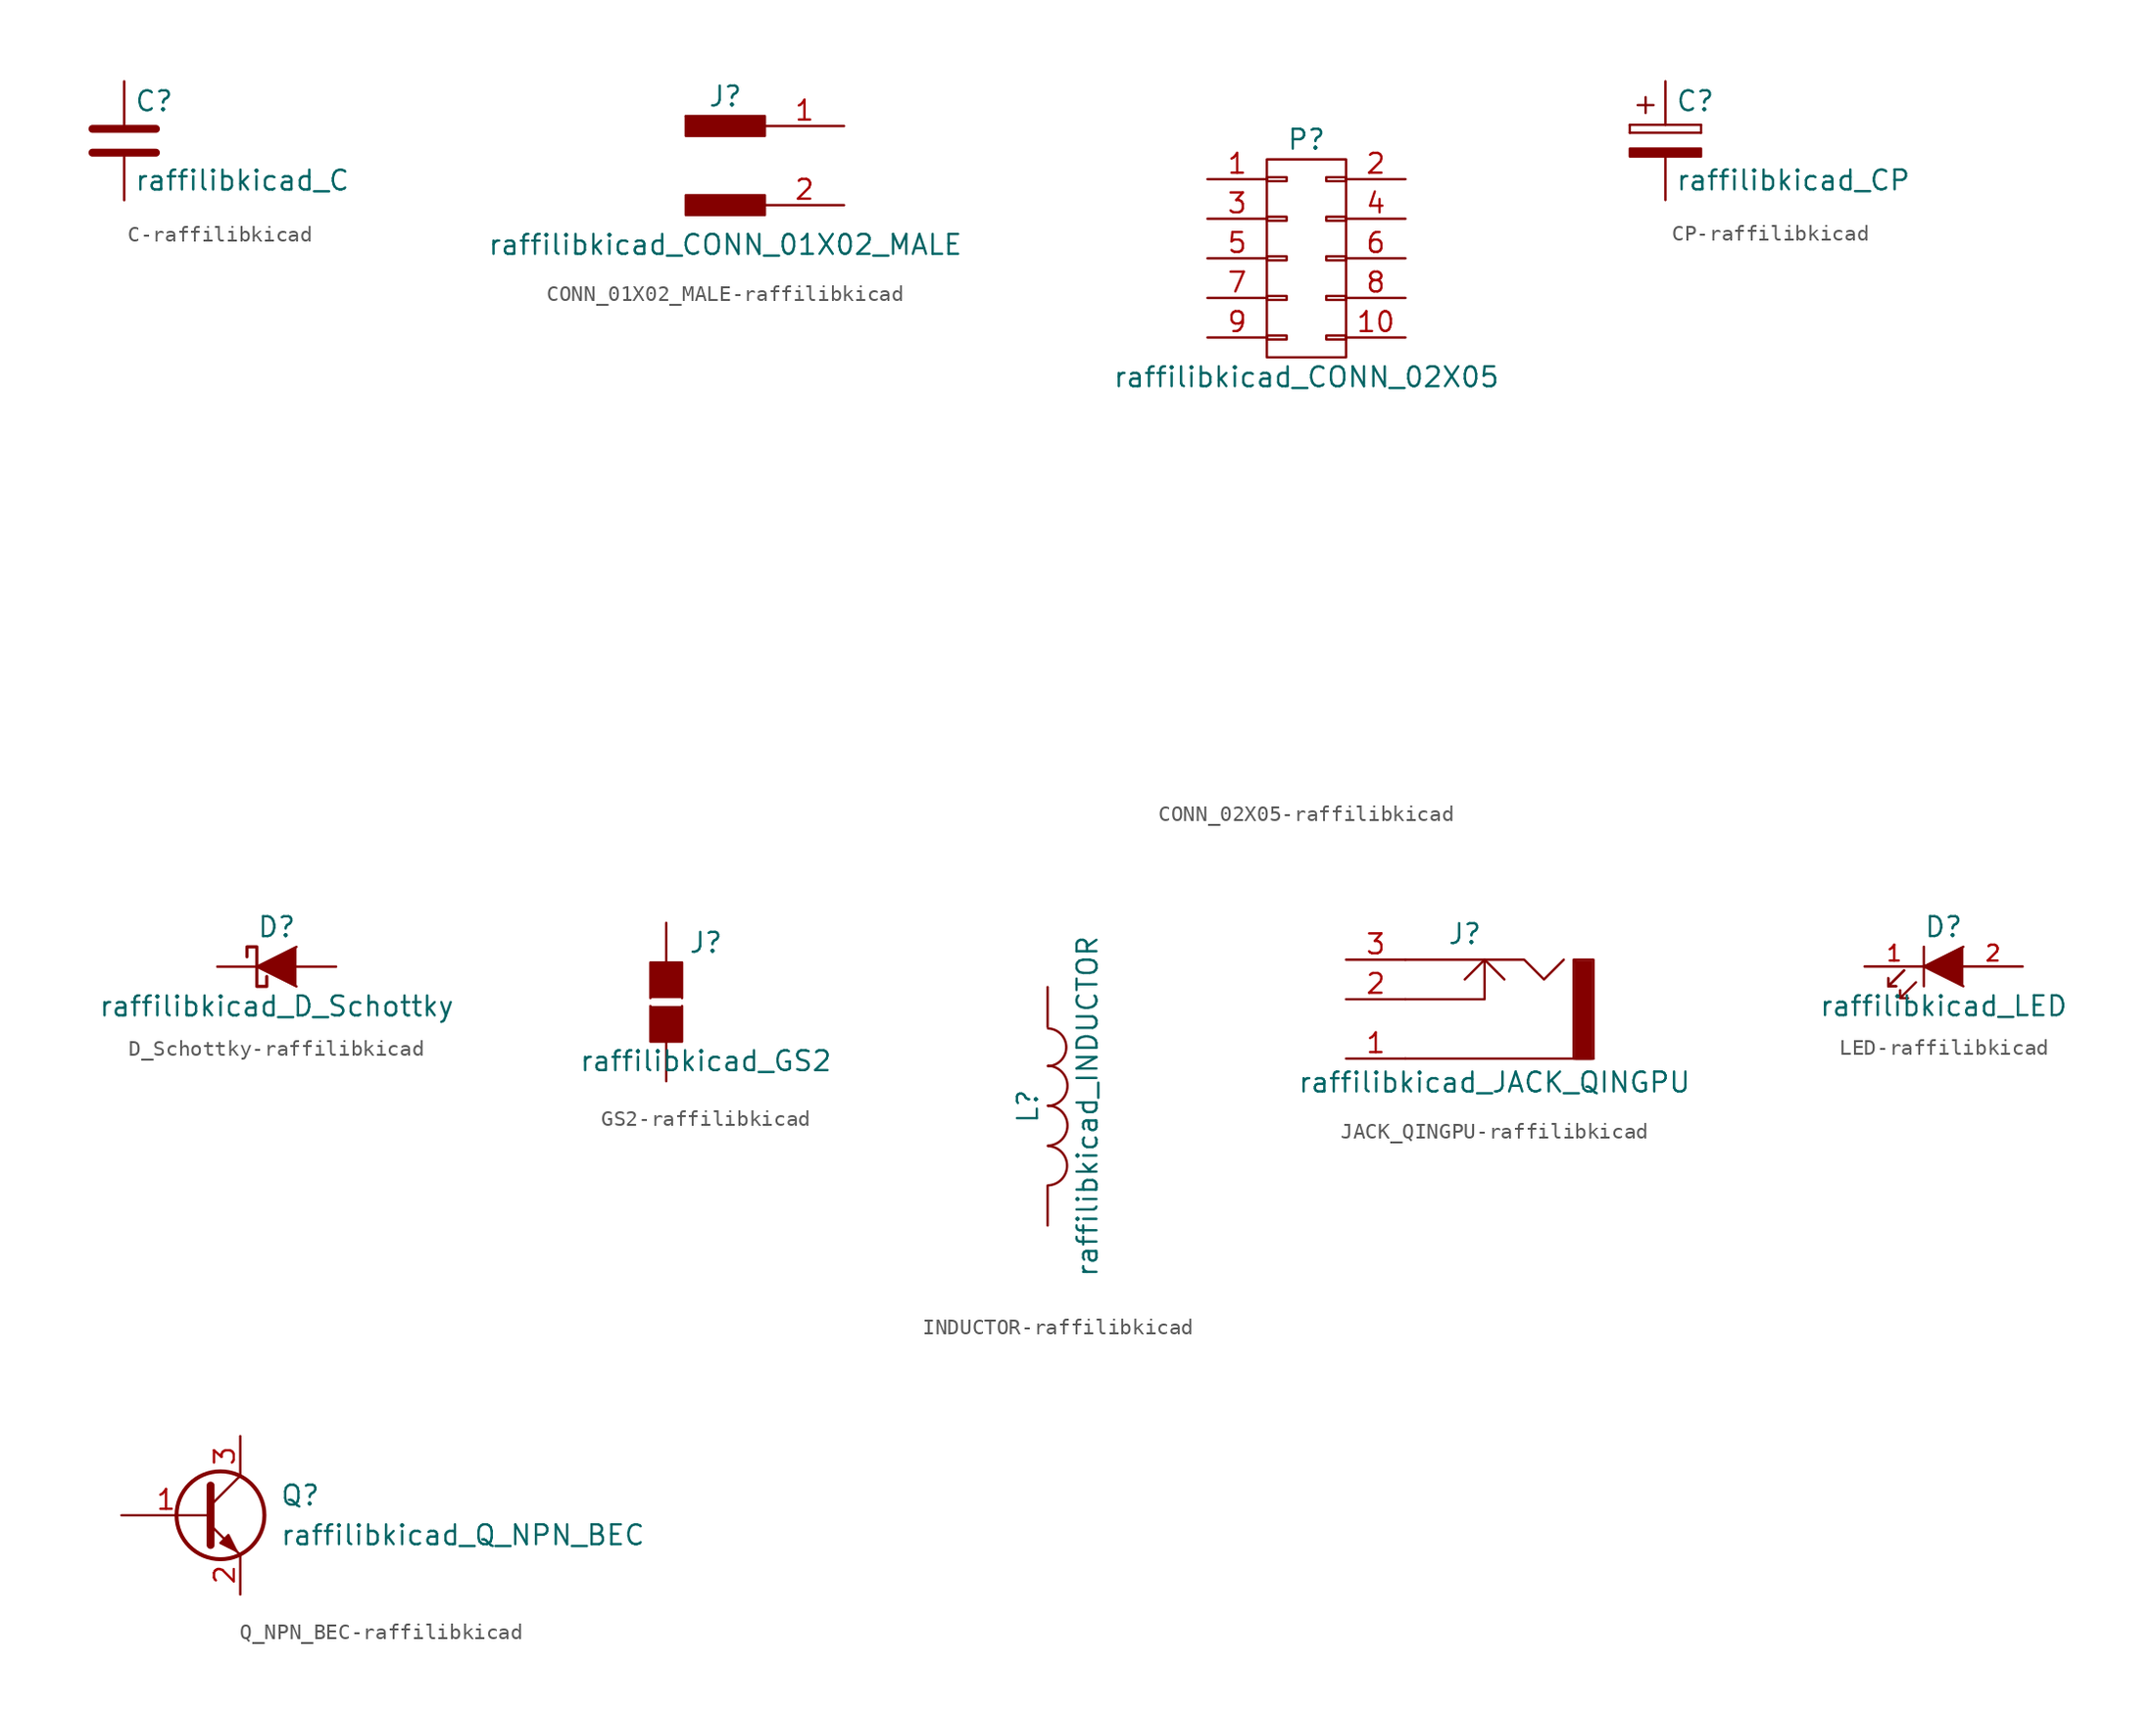
<source format=kicad_sym>
(kicad_symbol_lib
  (version 20231120)
  (generator "kicad_symbol_editor")
  (generator_version "8.0")
  (symbol "C-raffilibkicad"
    (pin_numbers hide)
    (pin_names
      (offset 0.254))
    (property "Reference" "C"
      (at 0.635 2.54 0)
      (effects (font (size 1.27 1.27)) (justify left)))
    (property "Value" "raffilibkicad_C"
      (at 0.635 -2.54 0)
      (effects (font (size 1.27 1.27)) (justify left)))
    (property "Footprint" ""
      (at 0.965 -3.81 0)
      (effects (font (size 1.27 1.27))))
    (property "Datasheet" ""
      (at 0 0 0)
      (effects (font (size 1.27 1.27))))
    (symbol "C-raffilibkicad_0_1"
      (polyline (pts (xy -2.032 -0.762) (xy 2.032 -0.762)) (stroke (width 0.508) (type solid)) (fill (type none)))
      (polyline (pts (xy -2.032 0.762) (xy 2.032 0.762)) (stroke (width 0.508) (type solid)) (fill (type none))))
    (symbol "C-raffilibkicad_1_1"
      (pin passive line (at 0 3.81 270) (length 2.794) (name "~" (effects (font (size 1.016 1.016)))) (number "1" (effects (font (size 1.016 1.016)))))
      (pin passive line (at 0 -3.81 90) (length 2.794) (name "~" (effects (font (size 1.016 1.016)))) (number "2" (effects (font (size 1.016 1.016)))))))
  (symbol "CONN_01X02_MALE-raffilibkicad"
    (pin_names
      (offset 1.016) hide)
    (property "Reference" "J"
      (at 0 4.445 0)
      (effects (font (size 1.27 1.27))))
    (property "Value" "raffilibkicad_CONN_01X02_MALE"
      (at 0 -5.08 0)
      (effects (font (size 1.27 1.27))))
    (symbol "CONN_01X02_MALE-raffilibkicad_0_1"
      (rectangle (start -2.54 -1.905) (end 2.54 -3.175) (stroke (width 0) (type solid)) (fill (type outline)))
      (rectangle (start -2.54 3.175) (end -2.54 3.175) (stroke (width 0) (type solid)) (fill (type none)))
      (rectangle (start 2.54 3.175) (end -2.54 1.905) (stroke (width 0) (type solid)) (fill (type outline))))
    (symbol "CONN_01X02_MALE-raffilibkicad_1_1"
      (pin passive line (at 7.62 2.54 180) (length 5.08) (name "1" (effects (font (size 1.27 1.27)))) (number "1" (effects (font (size 1.27 1.27)))))
      (pin passive line (at 7.62 -2.54 180) (length 5.08) (name "2" (effects (font (size 1.27 1.27)))) (number "2" (effects (font (size 1.27 1.27)))))))
  (symbol "CONN_02X05-raffilibkicad"
    (pin_names
      (offset 0.025) hide)
    (property "Reference" "P"
      (at 0 7.62 0)
      (effects (font (size 1.27 1.27))))
    (property "Value" "raffilibkicad_CONN_02X05"
      (at 0 -7.62 0)
      (effects (font (size 1.27 1.27))))
    (property "Footprint" ""
      (at 0 -30.48 0)
      (effects (font (size 1.27 1.27))))
    (property "Datasheet" ""
      (at 0 -30.48 0)
      (effects (font (size 1.27 1.27))))
    (symbol "CONN_02X05-raffilibkicad_0_1"
      (rectangle (start -2.54 -4.953) (end -1.27 -5.207) (stroke (width 0) (type solid)) (fill (type none)))
      (rectangle (start -2.54 -2.413) (end -1.27 -2.667) (stroke (width 0) (type solid)) (fill (type none)))
      (rectangle (start -2.54 0.127) (end -1.27 -0.127) (stroke (width 0) (type solid)) (fill (type none)))
      (rectangle (start -2.54 2.667) (end -1.27 2.413) (stroke (width 0) (type solid)) (fill (type none)))
      (rectangle (start -2.54 5.207) (end -1.27 4.953) (stroke (width 0) (type solid)) (fill (type none)))
      (rectangle (start -2.54 6.35) (end 2.54 -6.35) (stroke (width 0) (type solid)) (fill (type none)))
      (rectangle (start 1.27 -4.953) (end 2.54 -5.207) (stroke (width 0) (type solid)) (fill (type none)))
      (rectangle (start 1.27 -2.413) (end 2.54 -2.667) (stroke (width 0) (type solid)) (fill (type none)))
      (rectangle (start 1.27 0.127) (end 2.54 -0.127) (stroke (width 0) (type solid)) (fill (type none)))
      (rectangle (start 1.27 2.667) (end 2.54 2.413) (stroke (width 0) (type solid)) (fill (type none)))
      (rectangle (start 1.27 5.207) (end 2.54 4.953) (stroke (width 0) (type solid)) (fill (type none))))
    (symbol "CONN_02X05-raffilibkicad_1_1"
      (pin passive line (at -6.35 5.08 0) (length 3.81) (name "P1" (effects (font (size 1.27 1.27)))) (number "1" (effects (font (size 1.27 1.27)))))
      (pin passive line (at 6.35 -5.08 180) (length 3.81) (name "P10" (effects (font (size 1.27 1.27)))) (number "10" (effects (font (size 1.27 1.27)))))
      (pin passive line (at 6.35 5.08 180) (length 3.81) (name "P2" (effects (font (size 1.27 1.27)))) (number "2" (effects (font (size 1.27 1.27)))))
      (pin passive line (at -6.35 2.54 0) (length 3.81) (name "P3" (effects (font (size 1.27 1.27)))) (number "3" (effects (font (size 1.27 1.27)))))
      (pin passive line (at 6.35 2.54 180) (length 3.81) (name "P4" (effects (font (size 1.27 1.27)))) (number "4" (effects (font (size 1.27 1.27)))))
      (pin passive line (at -6.35 0 0) (length 3.81) (name "P5" (effects (font (size 1.27 1.27)))) (number "5" (effects (font (size 1.27 1.27)))))
      (pin passive line (at 6.35 0 180) (length 3.81) (name "P6" (effects (font (size 1.27 1.27)))) (number "6" (effects (font (size 1.27 1.27)))))
      (pin passive line (at -6.35 -2.54 0) (length 3.81) (name "P7" (effects (font (size 1.27 1.27)))) (number "7" (effects (font (size 1.27 1.27)))))
      (pin passive line (at 6.35 -2.54 180) (length 3.81) (name "P8" (effects (font (size 1.27 1.27)))) (number "8" (effects (font (size 1.27 1.27)))))
      (pin passive line (at -6.35 -5.08 0) (length 3.81) (name "P9" (effects (font (size 1.27 1.27)))) (number "9" (effects (font (size 1.27 1.27)))))))
  (symbol "CP-raffilibkicad"
    (pin_numbers hide)
    (pin_names
      (offset 0.254))
    (property "Reference" "C"
      (at 0.635 2.54 0)
      (effects (font (size 1.27 1.27)) (justify left)))
    (property "Value" "raffilibkicad_CP"
      (at 0.635 -2.54 0)
      (effects (font (size 1.27 1.27)) (justify left)))
    (property "Footprint" ""
      (at 0.965 -3.81 0)
      (effects (font (size 1.27 1.27))))
    (property "Datasheet" ""
      (at 0 0 0)
      (effects (font (size 1.27 1.27))))
    (symbol "CP-raffilibkicad_0_1"
      (rectangle (start -2.286 0.508) (end -2.286 1.016) (stroke (width 0) (type solid)) (fill (type none)))
      (rectangle (start -2.286 0.508) (end 2.286 0.508) (stroke (width 0) (type solid)) (fill (type none)))
      (polyline (pts (xy -1.778 2.286) (xy -0.762 2.286)) (stroke (width 0) (type solid)) (fill (type none)))
      (polyline (pts (xy -1.27 2.794) (xy -1.27 1.778)) (stroke (width 0) (type solid)) (fill (type none)))
      (rectangle (start 2.286 -0.508) (end -2.286 -1.016) (stroke (width 0) (type solid)) (fill (type outline)))
      (rectangle (start 2.286 1.016) (end -2.286 1.016) (stroke (width 0) (type solid)) (fill (type none)))
      (rectangle (start 2.286 1.016) (end 2.286 0.508) (stroke (width 0) (type solid)) (fill (type none))))
    (symbol "CP-raffilibkicad_1_1"
      (pin passive line (at 0 3.81 270) (length 2.794) (name "~" (effects (font (size 1.016 1.016)))) (number "1" (effects (font (size 1.016 1.016)))))
      (pin passive line (at 0 -3.81 90) (length 2.794) (name "~" (effects (font (size 1.016 1.016)))) (number "2" (effects (font (size 1.016 1.016)))))))
  (symbol "D_Schottky-raffilibkicad"
    (pin_numbers hide)
    (pin_names
      (offset 1.016) hide)
    (property "Reference" "D"
      (at 0 2.54 0)
      (effects (font (size 1.27 1.27))))
    (property "Value" "raffilibkicad_D_Schottky"
      (at 0 -2.54 0)
      (effects (font (size 1.27 1.27))))
    (property "Footprint" ""
      (at 0 0 0)
      (effects (font (size 1.27 1.27))))
    (property "Datasheet" ""
      (at 0 0 0)
      (effects (font (size 1.27 1.27))))
    (symbol "D_Schottky-raffilibkicad_0_1"
      (polyline (pts (xy 1.27 1.27) (xy -1.27 0) (xy 1.27 -1.27)) (stroke (width 0) (type solid)) (fill (type outline)))
      (polyline (pts (xy -1.905 0.635) (xy -1.905 1.27) (xy -1.27 1.27) (xy -1.27 -1.27) (xy -0.635 -1.27) (xy -0.635 -0.635)) (stroke (width 0.203) (type solid)) (fill (type none))))
    (symbol "D_Schottky-raffilibkicad_1_1"
      (pin passive line (at -3.81 0 0) (length 2.54) (name "K" (effects (font (size 1.27 1.27)))) (number "1" (effects (font (size 1.27 1.27)))))
      (pin passive line (at 3.81 0 180) (length 2.54) (name "A" (effects (font (size 1.27 1.27)))) (number "2" (effects (font (size 1.27 1.27)))))))
  (symbol "GS2-raffilibkicad"
    (pin_numbers hide)
    (pin_names
      (offset 1.016) hide)
    (property "Reference" "J"
      (at 2.54 3.81 0)
      (effects (font (size 1.27 1.27))))
    (property "Value" "raffilibkicad_GS2"
      (at 2.54 -3.785 0)
      (effects (font (size 1.27 1.27))))
    (symbol "GS2-raffilibkicad_0_1"
      (polyline (pts (xy -1.016 -0.254) (xy -1.016 -2.54) (xy 1.016 -2.54) (xy 1.016 -0.254)) (stroke (width 0) (type solid)) (fill (type outline)))
      (polyline (pts (xy -1.016 0.254) (xy -1.016 2.54) (xy 1.016 2.54) (xy 1.016 0.254)) (stroke (width 0) (type solid)) (fill (type outline))))
    (symbol "GS2-raffilibkicad_1_1"
      (pin passive line (at 0 5.08 270) (length 2.54) (name "G1" (effects (font (size 1.27 1.27)))) (number "1" (effects (font (size 1.27 1.27)))))
      (pin passive line (at 0 -5.08 90) (length 2.54) (name "G2" (effects (font (size 1.27 1.27)))) (number "2" (effects (font (size 1.27 1.27)))))))
  (symbol "INDUCTOR-raffilibkicad"
    (pin_numbers hide)
    (pin_names
      (offset 1.016) hide)
    (property "Reference" "L"
      (at -1.27 0 90)
      (effects (font (size 1.27 1.27))))
    (property "Value" "raffilibkicad_INDUCTOR"
      (at 2.54 0 90)
      (effects (font (size 1.27 1.27))))
    (property "Footprint" ""
      (at 0 0 0)
      (effects (font (size 1.27 1.27))))
    (property "Datasheet" ""
      (at 0 0 0)
      (effects (font (size 1.27 1.27))))
    (symbol "INDUCTOR-raffilibkicad_0_1"
      (arc (start 0.0254 -5.0546) (mid 1.2449 -3.8097) (end 0.0254 -2.54) (stroke (width 0) (type solid)) (fill (type none)))
      (arc (start 0.0254 -2.5146) (mid 1.2703 -1.2444) (end 0.0254 0.0508) (stroke (width 0) (type solid)) (fill (type none)))
      (arc (start 0.0254 0.0254) (mid 1.2703 1.2956) (end 0.0254 2.5908) (stroke (width 0) (type solid)) (fill (type none)))
      (arc (start 0.0254 2.5654) (mid 1.1941 3.7595) (end 0.0254 4.9784) (stroke (width 0) (type solid)) (fill (type none))))
    (symbol "INDUCTOR-raffilibkicad_1_1"
      (pin passive line (at 0 7.62 270) (length 2.54) (name "1" (effects (font (size 1.27 1.27)))) (number "1" (effects (font (size 1.27 1.27)))))
      (pin passive line (at 0 -7.62 90) (length 2.54) (name "2" (effects (font (size 1.27 1.27)))) (number "2" (effects (font (size 1.27 1.27)))))))
  (symbol "JACK_QINGPU-raffilibkicad"
    (pin_names
      (offset 1.016))
    (property "Reference" "J"
      (at -1.27 5.461 0)
      (effects (font (size 1.27 1.27))))
    (property "Value" "raffilibkicad_JACK_QINGPU"
      (at 0.635 -4.064 0)
      (effects (font (size 1.27 1.27))))
    (property "Footprint" ""
      (at 2.54 1.016 0)
      (effects (font (size 1.27 1.27))))
    (property "Datasheet" ""
      (at 2.54 1.016 0)
      (effects (font (size 1.27 1.27))))
    (symbol "JACK_QINGPU-raffilibkicad_0_1"
      (polyline (pts (xy -5.08 -2.54) (xy 6.985 -2.54)) (stroke (width 0) (type solid)) (fill (type none)))
      (polyline (pts (xy 0 3.81) (xy 1.27 2.54)) (stroke (width 0) (type solid)) (fill (type none)))
      (polyline (pts (xy -5.08 1.27) (xy 0 1.27) (xy 0 3.81) (xy -1.27 2.54)) (stroke (width 0) (type solid)) (fill (type none)))
      (polyline (pts (xy -5.08 3.81) (xy 2.54 3.81) (xy 3.81 2.54) (xy 5.08 3.81)) (stroke (width 0) (type solid)) (fill (type none)))
      (polyline (pts (xy 5.715 3.81) (xy 6.985 3.81) (xy 6.985 -2.54) (xy 5.715 -2.54) (xy 5.715 3.81) (xy 6.35 3.175)) (stroke (width 0) (type solid)) (fill (type none)))
      (polyline (pts (xy 5.842 -2.413) (xy 5.842 3.683) (xy 6.858 3.683) (xy 6.858 -2.413) (xy 6.858 -2.54) (xy 5.842 -2.54) (xy 5.842 3.556) (xy 6.731 3.556) (xy 6.731 -2.413) (xy 5.969 -2.413) (xy 5.969 3.429) (xy 6.604 3.429) (xy 6.604 -2.286) (xy 6.096 -2.286) (xy 6.096 3.302) (xy 6.477 3.302) (xy 6.477 -2.159) (xy 6.223 -2.159) (xy 6.223 3.175) (xy 6.35 3.175) (xy 6.35 -2.159) (xy 6.477 -1.778)) (stroke (width 0) (type solid)) (fill (type none))))
    (symbol "JACK_QINGPU-raffilibkicad_1_1"
      (pin passive line (at -8.89 -2.54 0) (length 3.81) (name "~" (effects (font (size 1.27 1.27)))) (number "1" (effects (font (size 1.27 1.27)))))
      (pin passive line (at -8.89 1.27 0) (length 3.81) (name "~" (effects (font (size 1.27 1.27)))) (number "2" (effects (font (size 1.27 1.27)))))
      (pin passive line (at -8.89 3.81 0) (length 3.81) (name "~" (effects (font (size 1.27 1.27)))) (number "3" (effects (font (size 1.27 1.27)))))))
  (symbol "LED-raffilibkicad"
    (pin_names
      (offset 1.016) hide)
    (property "Reference" "D"
      (at 0 2.54 0)
      (effects (font (size 1.27 1.27))))
    (property "Value" "raffilibkicad_LED"
      (at 0 -2.54 0)
      (effects (font (size 1.27 1.27))))
    (property "Footprint" ""
      (at 0 0 0)
      (effects (font (size 1.27 1.27))))
    (property "Datasheet" ""
      (at 0 0 0)
      (effects (font (size 1.27 1.27))))
    (symbol "LED-raffilibkicad_0_1"
      (polyline (pts (xy -1.27 1.27) (xy -1.27 -1.27)) (stroke (width 0) (type solid)) (fill (type none)))
      (polyline (pts (xy 1.27 1.27) (xy -1.27 0) (xy 1.27 -1.27)) (stroke (width 0) (type solid)) (fill (type outline)))
      (polyline (pts (xy -2.54 -0.254) (xy -3.556 -1.27) (xy -3.556 -0.762) (xy -3.556 -1.27) (xy -3.048 -1.27)) (stroke (width 0) (type solid)) (fill (type none)))
      (polyline (pts (xy -2.54 -0.254) (xy -3.556 -1.27) (xy -3.556 -0.762) (xy -3.556 -1.27) (xy -3.048 -1.27)) (stroke (width 0) (type solid)) (fill (type none)))
      (polyline (pts (xy -1.778 -1.016) (xy -2.794 -2.032) (xy -2.794 -1.524) (xy -2.794 -2.032) (xy -2.286 -2.032)) (stroke (width 0) (type solid)) (fill (type none))))
    (symbol "LED-raffilibkicad_1_1"
      (pin passive line (at -5.08 0 0) (length 3.81) (name "K" (effects (font (size 1.016 1.016)))) (number "1" (effects (font (size 1.016 1.016)))))
      (pin passive line (at 5.08 0 180) (length 3.81) (name "A" (effects (font (size 1.016 1.016)))) (number "2" (effects (font (size 1.016 1.016)))))))
  (symbol "Q_NPN_BEC-raffilibkicad"
    (pin_names
      (offset 0) hide)
    (property "Reference" "Q"
      (at 5.08 1.27 0)
      (effects (font (size 1.27 1.27)) (justify left)))
    (property "Value" "raffilibkicad_Q_NPN_BEC"
      (at 5.08 -1.27 0)
      (effects (font (size 1.27 1.27)) (justify left)))
    (symbol "Q_NPN_BEC-raffilibkicad_0_1"
      (polyline (pts (xy 0.635 0.635) (xy 2.54 2.54)) (stroke (width 0) (type solid)) (fill (type none)))
      (polyline (pts (xy 0.635 -0.635) (xy 2.54 -2.54) (xy 2.54 -2.54)) (stroke (width 0) (type solid)) (fill (type none)))
      (polyline (pts (xy 0.635 1.905) (xy 0.635 -1.905) (xy 0.635 -1.905)) (stroke (width 0.508) (type solid)) (fill (type none)))
      (polyline (pts (xy 1.27 -1.778) (xy 1.778 -1.27) (xy 2.286 -2.286) (xy 1.27 -1.778) (xy 1.27 -1.778)) (stroke (width 0) (type solid)) (fill (type outline)))
      (circle (center 1.27 0) (radius 2.819) (stroke (width 0.254) (type solid)) (fill (type none))))
    (symbol "Q_NPN_BEC-raffilibkicad_1_1"
      (pin input line (at -5.08 0 0) (length 5.715) (name "B" (effects (font (size 1.27 1.27)))) (number "1" (effects (font (size 1.27 1.27)))))
      (pin passive line (at 2.54 -5.08 90) (length 2.54) (name "E" (effects (font (size 1.27 1.27)))) (number "2" (effects (font (size 1.27 1.27)))))
      (pin passive line (at 2.54 5.08 270) (length 2.54) (name "C" (effects (font (size 1.27 1.27)))) (number "3" (effects (font (size 1.27 1.27))))))))
</source>
